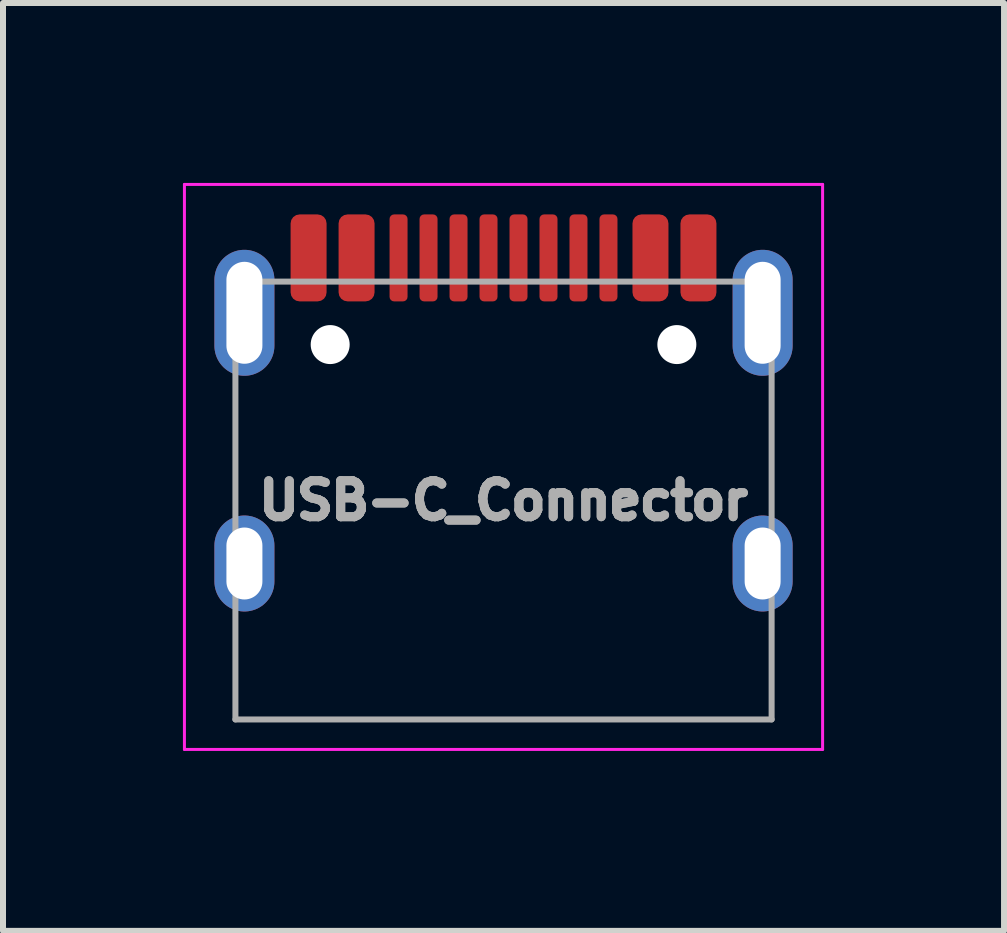
<source format=kicad_pcb>
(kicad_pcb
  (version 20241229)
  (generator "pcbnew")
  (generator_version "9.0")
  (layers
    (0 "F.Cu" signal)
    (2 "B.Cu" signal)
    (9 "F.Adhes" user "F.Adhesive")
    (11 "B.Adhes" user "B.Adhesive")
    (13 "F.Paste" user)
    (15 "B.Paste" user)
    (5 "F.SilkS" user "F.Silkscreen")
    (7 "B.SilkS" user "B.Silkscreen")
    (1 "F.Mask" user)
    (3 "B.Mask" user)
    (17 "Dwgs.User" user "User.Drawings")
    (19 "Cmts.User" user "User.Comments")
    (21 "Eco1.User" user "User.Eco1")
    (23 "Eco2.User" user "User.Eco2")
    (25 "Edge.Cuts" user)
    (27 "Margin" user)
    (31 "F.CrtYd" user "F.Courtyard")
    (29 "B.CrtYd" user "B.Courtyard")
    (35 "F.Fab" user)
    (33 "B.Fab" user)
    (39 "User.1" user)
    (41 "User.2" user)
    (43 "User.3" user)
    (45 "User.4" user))
  (footprint "USB-C_Connector"
    (layer "F.Cu")
    (at 5.345 5.295)
    (property "Reference" "USB-C_Connector" (at 0 0 0) (layer "F.Fab") (effects (font (size 0.6 0.6) (thickness 0.15))))
    (attr smd)
    (fp_line (start -5.32 -5.27) (end -5.32 4.15) (stroke (width 0.05) (type solid)) (layer "F.CrtYd"))
    (fp_line (start -5.32 -5.27) (end 5.32 -5.27) (stroke (width 0.05) (type solid)) (layer "F.CrtYd"))
    (fp_line (start -5.32 4.15) (end 5.32 4.15) (stroke (width 0.05) (type solid)) (layer "F.CrtYd"))
    (fp_line (start 5.32 -5.27) (end 5.32 4.15) (stroke (width 0.05) (type solid)) (layer "F.CrtYd"))
    (fp_line (start -4.47 -3.65) (end -4.47 3.65) (stroke (width 0.1) (type solid)) (layer "F.Fab"))
    (fp_line (start -4.47 -3.65) (end 4.47 -3.65) (stroke (width 0.1) (type solid)) (layer "F.Fab"))
    (fp_line (start -4.47 3.65) (end 4.47 3.65) (stroke (width 0.1) (type solid)) (layer "F.Fab"))
    (fp_line (start 4.47 -3.65) (end 4.47 3.65) (stroke (width 0.1) (type solid)) (layer "F.Fab"))
    (fp_text user "${REFERENCE}" (at 0 0 0) (layer "F.Fab") (effects (font (size 0.6 0.6) (thickness 0.15))))
    (pad "" np_thru_hole circle (at -2.89 -2.6) (size 0.65 0.65) (drill 0.65) (layers "*.Cu" "*.Mask"))
    (pad "" np_thru_hole circle (at 2.89 -2.6) (size 0.65 0.65) (drill 0.65) (layers "*.Cu" "*.Mask"))
    (pad "A1" smd roundrect (at -3.25 -4.045) (size 0.6 1.45) (layers "F.Cu" "F.Mask" "F.Paste") (roundrect_rratio 0.25))
    (pad "A4" smd roundrect (at -2.45 -4.045) (size 0.6 1.45) (layers "F.Cu" "F.Mask" "F.Paste") (roundrect_rratio 0.25))
    (pad "A5" smd roundrect (at -1.25 -4.045) (size 0.3 1.45) (layers "F.Cu" "F.Mask" "F.Paste") (roundrect_rratio 0.25))
    (pad "A6" smd roundrect (at -0.25 -4.045) (size 0.3 1.45) (layers "F.Cu" "F.Mask" "F.Paste") (roundrect_rratio 0.25))
    (pad "A7" smd roundrect (at 0.25 -4.045) (size 0.3 1.45) (layers "F.Cu" "F.Mask" "F.Paste") (roundrect_rratio 0.25))
    (pad "A8" smd roundrect (at 1.25 -4.045) (size 0.3 1.45) (layers "F.Cu" "F.Mask" "F.Paste") (roundrect_rratio 0.25))
    (pad "B1" smd roundrect (at 3.25 -4.045) (size 0.6 1.45) (layers "F.Cu" "F.Mask" "F.Paste") (roundrect_rratio 0.25))
    (pad "B4" smd roundrect (at 2.45 -4.045) (size 0.6 1.45) (layers "F.Cu" "F.Mask" "F.Paste") (roundrect_rratio 0.25))
    (pad "B5" smd roundrect (at 1.75 -4.045) (size 0.3 1.45) (layers "F.Cu" "F.Mask" "F.Paste") (roundrect_rratio 0.25))
    (pad "B6" smd roundrect (at 0.75 -4.045) (size 0.3 1.45) (layers "F.Cu" "F.Mask" "F.Paste") (roundrect_rratio 0.25))
    (pad "B7" smd roundrect (at -0.75 -4.045) (size 0.3 1.45) (layers "F.Cu" "F.Mask" "F.Paste") (roundrect_rratio 0.25))
    (pad "B8" smd roundrect (at -1.75 -4.045) (size 0.3 1.45) (layers "F.Cu" "F.Mask" "F.Paste") (roundrect_rratio 0.25))
    (pad "S1" thru_hole oval (at -4.32 -3.13) (size 1 2.1) (drill oval 0.6 1.7) (layers "*.Cu" "*.Mask" "F.Paste"))
    (pad "S1" thru_hole oval (at -4.32 1.05) (size 1 1.6) (drill oval 0.6 1.2) (layers "*.Cu" "*.Mask" "F.Paste"))
    (pad "S1" thru_hole oval (at 4.32 -3.13) (size 1 2.1) (drill oval 0.6 1.7) (layers "*.Cu" "*.Mask" "F.Paste"))
    (pad "S1" thru_hole oval (at 4.32 1.05) (size 1 1.6) (drill oval 0.6 1.2) (layers "*.Cu" "*.Mask" "F.Paste")))
  (gr_rect
    (start -3 -3)
    (end 13.69 12.47)
    (stroke (width 0.1) (type default))
    (fill no)
    (layer "Edge.Cuts")))
</source>
